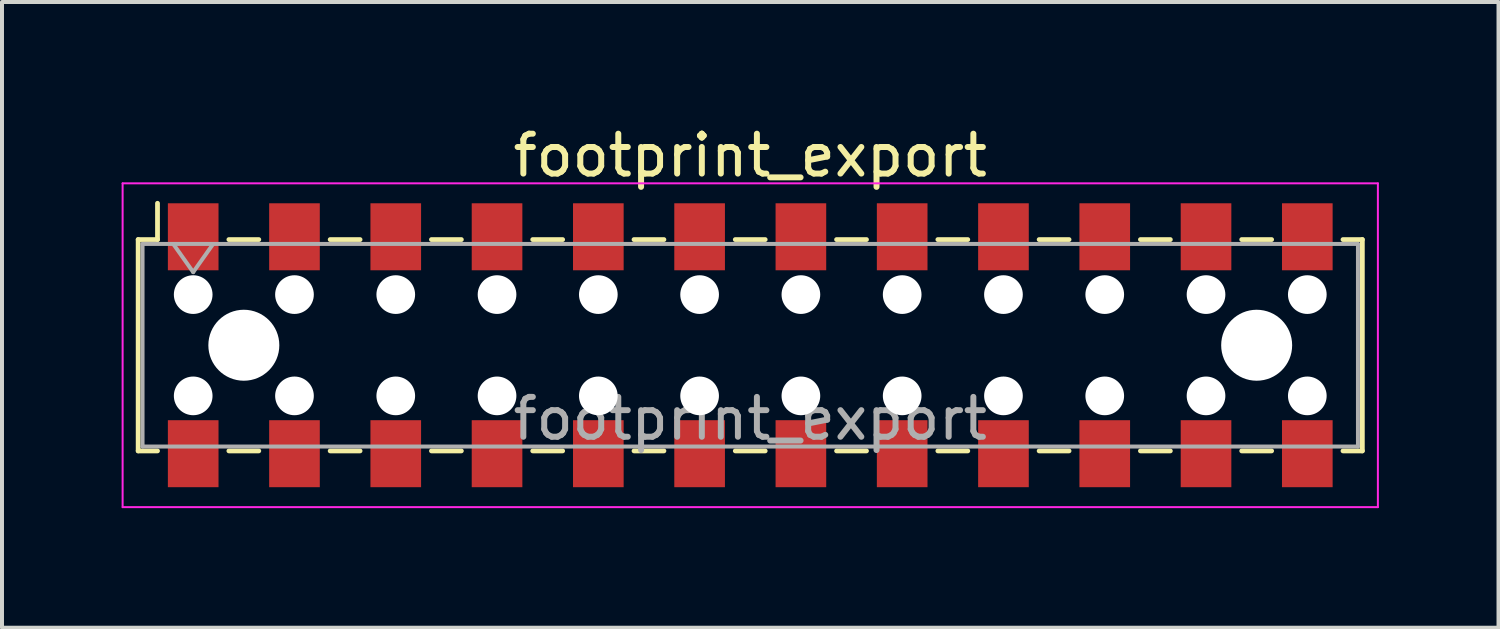
<source format=kicad_pcb>
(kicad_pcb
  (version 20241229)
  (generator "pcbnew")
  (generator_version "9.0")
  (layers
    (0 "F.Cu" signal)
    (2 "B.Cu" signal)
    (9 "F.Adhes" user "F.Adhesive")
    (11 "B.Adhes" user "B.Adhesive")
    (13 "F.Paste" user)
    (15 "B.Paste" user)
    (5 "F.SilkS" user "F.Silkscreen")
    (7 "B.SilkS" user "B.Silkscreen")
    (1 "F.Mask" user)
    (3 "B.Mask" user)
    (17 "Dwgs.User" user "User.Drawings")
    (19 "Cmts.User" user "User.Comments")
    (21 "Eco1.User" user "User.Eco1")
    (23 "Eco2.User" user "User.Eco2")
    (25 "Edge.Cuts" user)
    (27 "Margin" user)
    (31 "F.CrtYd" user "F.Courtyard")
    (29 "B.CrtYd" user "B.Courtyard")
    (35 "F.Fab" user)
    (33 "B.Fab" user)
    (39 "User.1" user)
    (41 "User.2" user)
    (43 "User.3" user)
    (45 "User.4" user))
  (footprint "footprint_export"
    (layer "F.Cu")
    (at 15.765 5.608)
    (property "Reference" "footprint_export" (at 0 -4.76 0) (layer "F.SilkS") (effects (font (size 1 1) (thickness 0.15))))
    (attr smd)
    (fp_line (start -15.35 -2.65) (end -15.35 2.65) (stroke (width 0.12) (type solid)) (layer "F.SilkS"))
    (fp_line (start -15.35 2.65) (end -14.865 2.65) (stroke (width 0.12) (type solid)) (layer "F.SilkS"))
    (fp_line (start -14.865 -3.56) (end -14.865 -2.65) (stroke (width 0.12) (type solid)) (layer "F.SilkS"))
    (fp_line (start -14.865 -2.65) (end -15.35 -2.65) (stroke (width 0.12) (type solid)) (layer "F.SilkS"))
    (fp_line (start -13.075 -2.65) (end -12.325 -2.65) (stroke (width 0.12) (type solid)) (layer "F.SilkS"))
    (fp_line (start -13.075 2.65) (end -12.325 2.65) (stroke (width 0.12) (type solid)) (layer "F.SilkS"))
    (fp_line (start -10.535 -2.65) (end -9.785 -2.65) (stroke (width 0.12) (type solid)) (layer "F.SilkS"))
    (fp_line (start -10.535 2.65) (end -9.785 2.65) (stroke (width 0.12) (type solid)) (layer "F.SilkS"))
    (fp_line (start -7.995 -2.65) (end -7.245 -2.65) (stroke (width 0.12) (type solid)) (layer "F.SilkS"))
    (fp_line (start -7.995 2.65) (end -7.245 2.65) (stroke (width 0.12) (type solid)) (layer "F.SilkS"))
    (fp_line (start -5.455 -2.65) (end -4.705 -2.65) (stroke (width 0.12) (type solid)) (layer "F.SilkS"))
    (fp_line (start -5.455 2.65) (end -4.705 2.65) (stroke (width 0.12) (type solid)) (layer "F.SilkS"))
    (fp_line (start -2.915 -2.65) (end -2.165 -2.65) (stroke (width 0.12) (type solid)) (layer "F.SilkS"))
    (fp_line (start -2.915 2.65) (end -2.165 2.65) (stroke (width 0.12) (type solid)) (layer "F.SilkS"))
    (fp_line (start -0.375 -2.65) (end 0.375 -2.65) (stroke (width 0.12) (type solid)) (layer "F.SilkS"))
    (fp_line (start -0.375 2.65) (end 0.375 2.65) (stroke (width 0.12) (type solid)) (layer "F.SilkS"))
    (fp_line (start 2.165 -2.65) (end 2.915 -2.65) (stroke (width 0.12) (type solid)) (layer "F.SilkS"))
    (fp_line (start 2.165 2.65) (end 2.915 2.65) (stroke (width 0.12) (type solid)) (layer "F.SilkS"))
    (fp_line (start 4.705 -2.65) (end 5.455 -2.65) (stroke (width 0.12) (type solid)) (layer "F.SilkS"))
    (fp_line (start 4.705 2.65) (end 5.455 2.65) (stroke (width 0.12) (type solid)) (layer "F.SilkS"))
    (fp_line (start 7.245 -2.65) (end 7.995 -2.65) (stroke (width 0.12) (type solid)) (layer "F.SilkS"))
    (fp_line (start 7.245 2.65) (end 7.995 2.65) (stroke (width 0.12) (type solid)) (layer "F.SilkS"))
    (fp_line (start 9.785 -2.65) (end 10.535 -2.65) (stroke (width 0.12) (type solid)) (layer "F.SilkS"))
    (fp_line (start 9.785 2.65) (end 10.535 2.65) (stroke (width 0.12) (type solid)) (layer "F.SilkS"))
    (fp_line (start 12.325 -2.65) (end 13.075 -2.65) (stroke (width 0.12) (type solid)) (layer "F.SilkS"))
    (fp_line (start 12.325 2.65) (end 13.075 2.65) (stroke (width 0.12) (type solid)) (layer "F.SilkS"))
    (fp_line (start 14.865 -2.65) (end 15.35 -2.65) (stroke (width 0.12) (type solid)) (layer "F.SilkS"))
    (fp_line (start 15.35 -2.65) (end 15.35 2.65) (stroke (width 0.12) (type solid)) (layer "F.SilkS"))
    (fp_line (start 15.35 2.65) (end 14.865 2.65) (stroke (width 0.12) (type solid)) (layer "F.SilkS"))
    (fp_line (start -15.74 -4.06) (end 15.74 -4.06) (stroke (width 0.05) (type solid)) (layer "F.CrtYd"))
    (fp_line (start -15.74 4.06) (end -15.74 -4.06) (stroke (width 0.05) (type solid)) (layer "F.CrtYd"))
    (fp_line (start 15.74 -4.06) (end 15.74 4.06) (stroke (width 0.05) (type solid)) (layer "F.CrtYd"))
    (fp_line (start 15.74 4.06) (end -15.74 4.06) (stroke (width 0.05) (type solid)) (layer "F.CrtYd"))
    (fp_line (start -15.24 -2.54) (end 15.24 -2.54) (stroke (width 0.1) (type solid)) (layer "F.Fab"))
    (fp_line (start -15.24 2.54) (end -15.24 -2.54) (stroke (width 0.1) (type solid)) (layer "F.Fab"))
    (fp_line (start -14.47 -2.54) (end -13.97 -1.833) (stroke (width 0.1) (type solid)) (layer "F.Fab"))
    (fp_line (start -13.97 -1.833) (end -13.47 -2.54) (stroke (width 0.1) (type solid)) (layer "F.Fab"))
    (fp_line (start 15.24 -2.54) (end 15.24 2.54) (stroke (width 0.1) (type solid)) (layer "F.Fab"))
    (fp_line (start 15.24 2.54) (end -15.24 2.54) (stroke (width 0.1) (type solid)) (layer "F.Fab"))
    (fp_text user "${REFERENCE}" (at 0 1.84 0) (layer "F.Fab") (effects (font (size 1 1) (thickness 0.15))))
    (pad "" np_thru_hole circle (at -13.97 -1.27) (size 0.97 0.97) (drill 0.97) (layers "*.Cu" "*.Mask"))
    (pad "" np_thru_hole circle (at -13.97 1.27) (size 0.97 0.97) (drill 0.97) (layers "*.Cu" "*.Mask"))
    (pad "" np_thru_hole circle (at -12.7 0) (size 1.78 1.78) (drill 1.78) (layers "*.Cu" "*.Mask"))
    (pad "" np_thru_hole circle (at -11.43 -1.27) (size 0.97 0.97) (drill 0.97) (layers "*.Cu" "*.Mask"))
    (pad "" np_thru_hole circle (at -11.43 1.27) (size 0.97 0.97) (drill 0.97) (layers "*.Cu" "*.Mask"))
    (pad "" np_thru_hole circle (at -8.89 -1.27) (size 0.97 0.97) (drill 0.97) (layers "*.Cu" "*.Mask"))
    (pad "" np_thru_hole circle (at -8.89 1.27) (size 0.97 0.97) (drill 0.97) (layers "*.Cu" "*.Mask"))
    (pad "" np_thru_hole circle (at -6.35 -1.27) (size 0.97 0.97) (drill 0.97) (layers "*.Cu" "*.Mask"))
    (pad "" np_thru_hole circle (at -6.35 1.27) (size 0.97 0.97) (drill 0.97) (layers "*.Cu" "*.Mask"))
    (pad "" np_thru_hole circle (at -3.81 -1.27) (size 0.97 0.97) (drill 0.97) (layers "*.Cu" "*.Mask"))
    (pad "" np_thru_hole circle (at -3.81 1.27) (size 0.97 0.97) (drill 0.97) (layers "*.Cu" "*.Mask"))
    (pad "" np_thru_hole circle (at -1.27 -1.27) (size 0.97 0.97) (drill 0.97) (layers "*.Cu" "*.Mask"))
    (pad "" np_thru_hole circle (at -1.27 1.27) (size 0.97 0.97) (drill 0.97) (layers "*.Cu" "*.Mask"))
    (pad "" np_thru_hole circle (at 1.27 -1.27) (size 0.97 0.97) (drill 0.97) (layers "*.Cu" "*.Mask"))
    (pad "" np_thru_hole circle (at 1.27 1.27) (size 0.97 0.97) (drill 0.97) (layers "*.Cu" "*.Mask"))
    (pad "" np_thru_hole circle (at 3.81 -1.27) (size 0.97 0.97) (drill 0.97) (layers "*.Cu" "*.Mask"))
    (pad "" np_thru_hole circle (at 3.81 1.27) (size 0.97 0.97) (drill 0.97) (layers "*.Cu" "*.Mask"))
    (pad "" np_thru_hole circle (at 6.35 -1.27) (size 0.97 0.97) (drill 0.97) (layers "*.Cu" "*.Mask"))
    (pad "" np_thru_hole circle (at 6.35 1.27) (size 0.97 0.97) (drill 0.97) (layers "*.Cu" "*.Mask"))
    (pad "" np_thru_hole circle (at 8.89 -1.27) (size 0.97 0.97) (drill 0.97) (layers "*.Cu" "*.Mask"))
    (pad "" np_thru_hole circle (at 8.89 1.27) (size 0.97 0.97) (drill 0.97) (layers "*.Cu" "*.Mask"))
    (pad "" np_thru_hole circle (at 11.43 -1.27) (size 0.97 0.97) (drill 0.97) (layers "*.Cu" "*.Mask"))
    (pad "" np_thru_hole circle (at 11.43 1.27) (size 0.97 0.97) (drill 0.97) (layers "*.Cu" "*.Mask"))
    (pad "" np_thru_hole circle (at 12.7 0) (size 1.78 1.78) (drill 1.78) (layers "*.Cu" "*.Mask"))
    (pad "" np_thru_hole circle (at 13.97 -1.27) (size 0.97 0.97) (drill 0.97) (layers "*.Cu" "*.Mask"))
    (pad "" np_thru_hole circle (at 13.97 1.27) (size 0.97 0.97) (drill 0.97) (layers "*.Cu" "*.Mask"))
    (pad "1" smd rect (at -13.97 -2.72) (size 1.27 1.68) (layers "F.Cu" "F.Mask" "F.Paste"))
    (pad "2" smd rect (at -13.97 2.72) (size 1.27 1.68) (layers "F.Cu" "F.Mask" "F.Paste"))
    (pad "3" smd rect (at -11.43 -2.72) (size 1.27 1.68) (layers "F.Cu" "F.Mask" "F.Paste"))
    (pad "4" smd rect (at -11.43 2.72) (size 1.27 1.68) (layers "F.Cu" "F.Mask" "F.Paste"))
    (pad "5" smd rect (at -8.89 -2.72) (size 1.27 1.68) (layers "F.Cu" "F.Mask" "F.Paste"))
    (pad "6" smd rect (at -8.89 2.72) (size 1.27 1.68) (layers "F.Cu" "F.Mask" "F.Paste"))
    (pad "7" smd rect (at -6.35 -2.72) (size 1.27 1.68) (layers "F.Cu" "F.Mask" "F.Paste"))
    (pad "8" smd rect (at -6.35 2.72) (size 1.27 1.68) (layers "F.Cu" "F.Mask" "F.Paste"))
    (pad "9" smd rect (at -3.81 -2.72) (size 1.27 1.68) (layers "F.Cu" "F.Mask" "F.Paste"))
    (pad "10" smd rect (at -3.81 2.72) (size 1.27 1.68) (layers "F.Cu" "F.Mask" "F.Paste"))
    (pad "11" smd rect (at -1.27 -2.72) (size 1.27 1.68) (layers "F.Cu" "F.Mask" "F.Paste"))
    (pad "12" smd rect (at -1.27 2.72) (size 1.27 1.68) (layers "F.Cu" "F.Mask" "F.Paste"))
    (pad "13" smd rect (at 1.27 -2.72) (size 1.27 1.68) (layers "F.Cu" "F.Mask" "F.Paste"))
    (pad "14" smd rect (at 1.27 2.72) (size 1.27 1.68) (layers "F.Cu" "F.Mask" "F.Paste"))
    (pad "15" smd rect (at 3.81 -2.72) (size 1.27 1.68) (layers "F.Cu" "F.Mask" "F.Paste"))
    (pad "16" smd rect (at 3.81 2.72) (size 1.27 1.68) (layers "F.Cu" "F.Mask" "F.Paste"))
    (pad "17" smd rect (at 6.35 -2.72) (size 1.27 1.68) (layers "F.Cu" "F.Mask" "F.Paste"))
    (pad "18" smd rect (at 6.35 2.72) (size 1.27 1.68) (layers "F.Cu" "F.Mask" "F.Paste"))
    (pad "19" smd rect (at 8.89 -2.72) (size 1.27 1.68) (layers "F.Cu" "F.Mask" "F.Paste"))
    (pad "20" smd rect (at 8.89 2.72) (size 1.27 1.68) (layers "F.Cu" "F.Mask" "F.Paste"))
    (pad "21" smd rect (at 11.43 -2.72) (size 1.27 1.68) (layers "F.Cu" "F.Mask" "F.Paste"))
    (pad "22" smd rect (at 11.43 2.72) (size 1.27 1.68) (layers "F.Cu" "F.Mask" "F.Paste"))
    (pad "23" smd rect (at 13.97 -2.72) (size 1.27 1.68) (layers "F.Cu" "F.Mask" "F.Paste"))
    (pad "24" smd rect (at 13.97 2.72) (size 1.27 1.68) (layers "F.Cu" "F.Mask" "F.Paste")))
  (gr_rect
    (start -3 -3)
    (end 34.53 12.693)
    (stroke (width 0.1) (type default))
    (fill no)
    (layer "Edge.Cuts")))
</source>
